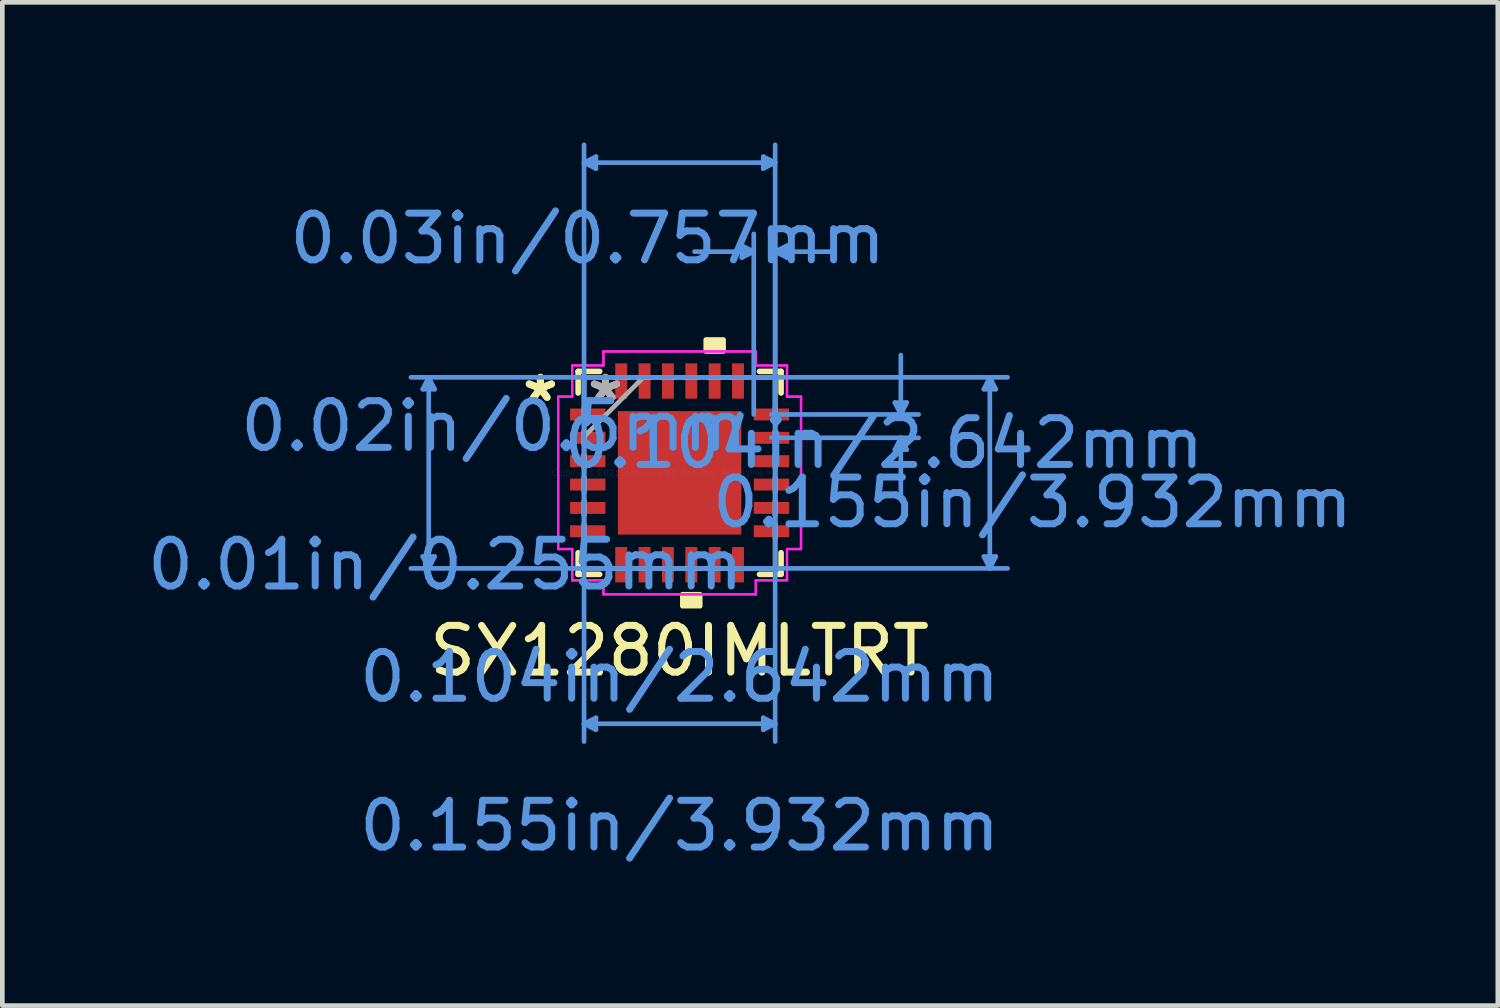
<source format=kicad_pcb>
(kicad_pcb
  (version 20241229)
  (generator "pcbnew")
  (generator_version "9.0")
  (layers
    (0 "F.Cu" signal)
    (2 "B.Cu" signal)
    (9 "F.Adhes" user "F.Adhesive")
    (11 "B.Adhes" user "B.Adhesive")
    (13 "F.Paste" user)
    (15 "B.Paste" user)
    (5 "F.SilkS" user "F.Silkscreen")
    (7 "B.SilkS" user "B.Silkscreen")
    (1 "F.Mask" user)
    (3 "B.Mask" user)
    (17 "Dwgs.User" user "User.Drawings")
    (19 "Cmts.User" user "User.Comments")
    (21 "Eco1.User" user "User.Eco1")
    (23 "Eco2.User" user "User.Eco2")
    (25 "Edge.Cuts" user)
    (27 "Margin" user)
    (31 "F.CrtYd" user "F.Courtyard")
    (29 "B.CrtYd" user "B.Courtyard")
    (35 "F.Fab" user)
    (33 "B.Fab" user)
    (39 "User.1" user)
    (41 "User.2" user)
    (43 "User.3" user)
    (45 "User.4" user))
  (footprint "SX1280IMLTRT"
    (layer "F.Cu")
    (at 11.496 7.071)
    (property "Reference" "SX1280IMLTRT" (at 0 3.81 0) (layer "F.SilkS") (effects (font (size 1 1) (thickness 0.15))))
    (attr through_hole)
    (fp_line (start -2.172 -2.172) (end -2.172 -1.71) (stroke (width 0.12) (type solid)) (layer "F.SilkS"))
    (fp_line (start -2.172 1.71) (end -2.172 2.172) (stroke (width 0.12) (type solid)) (layer "F.SilkS"))
    (fp_line (start -2.172 2.172) (end -1.71 2.172) (stroke (width 0.12) (type solid)) (layer "F.SilkS"))
    (fp_line (start -1.71 -2.172) (end -2.172 -2.172) (stroke (width 0.12) (type solid)) (layer "F.SilkS"))
    (fp_line (start 1.71 2.172) (end 2.172 2.172) (stroke (width 0.12) (type solid)) (layer "F.SilkS"))
    (fp_line (start 2.172 -2.172) (end 1.71 -2.172) (stroke (width 0.12) (type solid)) (layer "F.SilkS"))
    (fp_line (start 2.172 -1.71) (end 2.172 -2.172) (stroke (width 0.12) (type solid)) (layer "F.SilkS"))
    (fp_line (start 2.172 2.172) (end 2.172 1.71) (stroke (width 0.12) (type solid)) (layer "F.SilkS"))
    (fp_poly (pts (xy 0.059 2.599) (xy 0.059 2.853) (xy 0.441 2.853) (xy 0.441 2.599)) (stroke (width 0.1) (type solid)) (fill yes) (layer "F.SilkS"))
    (fp_poly (pts (xy 0.56 -2.599) (xy 0.56 -2.853) (xy 0.941 -2.853) (xy 0.941 -2.599)) (stroke (width 0.1) (type solid)) (fill yes) (layer "F.SilkS"))
    (fp_poly (pts (xy -1.221 -1.221) (xy -1.221 -0.1) (xy -0.1 -0.1) (xy -0.1 -1.221)) (stroke (width 0.1) (type solid)) (fill yes) (layer "F.Paste"))
    (fp_poly (pts (xy -1.221 0.1) (xy -1.221 1.221) (xy -0.1 1.221) (xy -0.1 0.1)) (stroke (width 0.1) (type solid)) (fill yes) (layer "F.Paste"))
    (fp_poly (pts (xy 0.1 -1.221) (xy 0.1 -0.1) (xy 1.221 -0.1) (xy 1.221 -1.221)) (stroke (width 0.1) (type solid)) (fill yes) (layer "F.Paste"))
    (fp_poly (pts (xy 0.1 0.1) (xy 0.1 1.221) (xy 1.221 1.221) (xy 1.221 0.1)) (stroke (width 0.1) (type solid)) (fill yes) (layer "F.Paste"))
    (fp_line (start -5.497 -1.791) (end -5.243 -1.791) (stroke (width 0.1) (type solid)) (layer "Cmts.User"))
    (fp_line (start -5.497 1.791) (end -5.243 1.791) (stroke (width 0.1) (type solid)) (layer "Cmts.User"))
    (fp_line (start -5.37 -2.045) (end -5.497 -1.791) (stroke (width 0.1) (type solid)) (layer "Cmts.User"))
    (fp_line (start -5.37 -2.045) (end -5.37 2.045) (stroke (width 0.1) (type solid)) (layer "Cmts.User"))
    (fp_line (start -5.37 -2.045) (end -5.243 -1.791) (stroke (width 0.1) (type solid)) (layer "Cmts.User"))
    (fp_line (start -5.37 2.045) (end -5.497 1.791) (stroke (width 0.1) (type solid)) (layer "Cmts.User"))
    (fp_line (start -5.37 2.045) (end -5.243 1.791) (stroke (width 0.1) (type solid)) (layer "Cmts.User"))
    (fp_line (start -2.045 -6.64) (end -1.791 -6.767) (stroke (width 0.1) (type solid)) (layer "Cmts.User"))
    (fp_line (start -2.045 -6.64) (end -1.791 -6.513) (stroke (width 0.1) (type solid)) (layer "Cmts.User"))
    (fp_line (start -2.045 -6.64) (end 2.045 -6.64) (stroke (width 0.1) (type solid)) (layer "Cmts.User"))
    (fp_line (start -2.045 -2.045) (end -2.045 5.751) (stroke (width 0.1) (type solid)) (layer "Cmts.User"))
    (fp_line (start -2.045 -1.25) (end -2.045 -7.021) (stroke (width 0.1) (type solid)) (layer "Cmts.User"))
    (fp_line (start -2.045 5.37) (end -1.791 5.243) (stroke (width 0.1) (type solid)) (layer "Cmts.User"))
    (fp_line (start -2.045 5.37) (end -1.791 5.497) (stroke (width 0.1) (type solid)) (layer "Cmts.User"))
    (fp_line (start -2.045 5.37) (end 2.045 5.37) (stroke (width 0.1) (type solid)) (layer "Cmts.User"))
    (fp_line (start -1.791 -6.767) (end -1.791 -6.513) (stroke (width 0.1) (type solid)) (layer "Cmts.User"))
    (fp_line (start -1.791 5.243) (end -1.791 5.497) (stroke (width 0.1) (type solid)) (layer "Cmts.User"))
    (fp_line (start 1.25 -2.045) (end 7.021 -2.045) (stroke (width 0.1) (type solid)) (layer "Cmts.User"))
    (fp_line (start 1.25 2.045) (end 7.021 2.045) (stroke (width 0.1) (type solid)) (layer "Cmts.User"))
    (fp_line (start 1.333 -4.862) (end 1.333 -4.608) (stroke (width 0.1) (type solid)) (layer "Cmts.User"))
    (fp_line (start 1.587 -4.735) (end 0.318 -4.735) (stroke (width 0.1) (type solid)) (layer "Cmts.User"))
    (fp_line (start 1.587 -4.735) (end 1.333 -4.862) (stroke (width 0.1) (type solid)) (layer "Cmts.User"))
    (fp_line (start 1.587 -4.735) (end 1.333 -4.608) (stroke (width 0.1) (type solid)) (layer "Cmts.User"))
    (fp_line (start 1.587 -1.25) (end 1.587 -5.116) (stroke (width 0.1) (type solid)) (layer "Cmts.User"))
    (fp_line (start 1.791 -6.767) (end 1.791 -6.513) (stroke (width 0.1) (type solid)) (layer "Cmts.User"))
    (fp_line (start 1.791 5.243) (end 1.791 5.497) (stroke (width 0.1) (type solid)) (layer "Cmts.User"))
    (fp_line (start 1.966 -1.25) (end 5.116 -1.25) (stroke (width 0.1) (type solid)) (layer "Cmts.User"))
    (fp_line (start 1.966 -0.75) (end 5.116 -0.75) (stroke (width 0.1) (type solid)) (layer "Cmts.User"))
    (fp_line (start 2.045 -6.64) (end 1.791 -6.767) (stroke (width 0.1) (type solid)) (layer "Cmts.User"))
    (fp_line (start 2.045 -6.64) (end 1.791 -6.513) (stroke (width 0.1) (type solid)) (layer "Cmts.User"))
    (fp_line (start 2.045 -4.735) (end 2.299 -4.862) (stroke (width 0.1) (type solid)) (layer "Cmts.User"))
    (fp_line (start 2.045 -4.735) (end 2.299 -4.608) (stroke (width 0.1) (type solid)) (layer "Cmts.User"))
    (fp_line (start 2.045 -4.735) (end 3.315 -4.735) (stroke (width 0.1) (type solid)) (layer "Cmts.User"))
    (fp_line (start 2.045 -2.045) (end -5.751 -2.045) (stroke (width 0.1) (type solid)) (layer "Cmts.User"))
    (fp_line (start 2.045 -2.045) (end 2.045 5.751) (stroke (width 0.1) (type solid)) (layer "Cmts.User"))
    (fp_line (start 2.045 -1.25) (end 2.045 -7.021) (stroke (width 0.1) (type solid)) (layer "Cmts.User"))
    (fp_line (start 2.045 -1.25) (end 2.045 -5.116) (stroke (width 0.1) (type solid)) (layer "Cmts.User"))
    (fp_line (start 2.045 2.045) (end -5.751 2.045) (stroke (width 0.1) (type solid)) (layer "Cmts.User"))
    (fp_line (start 2.045 5.37) (end 1.791 5.243) (stroke (width 0.1) (type solid)) (layer "Cmts.User"))
    (fp_line (start 2.045 5.37) (end 1.791 5.497) (stroke (width 0.1) (type solid)) (layer "Cmts.User"))
    (fp_line (start 2.299 -4.862) (end 2.299 -4.608) (stroke (width 0.1) (type solid)) (layer "Cmts.User"))
    (fp_line (start 4.608 -1.504) (end 4.862 -1.504) (stroke (width 0.1) (type solid)) (layer "Cmts.User"))
    (fp_line (start 4.608 -0.496) (end 4.862 -0.496) (stroke (width 0.1) (type solid)) (layer "Cmts.User"))
    (fp_line (start 4.735 -1.25) (end 4.608 -1.504) (stroke (width 0.1) (type solid)) (layer "Cmts.User"))
    (fp_line (start 4.735 -1.25) (end 4.735 -2.52) (stroke (width 0.1) (type solid)) (layer "Cmts.User"))
    (fp_line (start 4.735 -1.25) (end 4.862 -1.504) (stroke (width 0.1) (type solid)) (layer "Cmts.User"))
    (fp_line (start 4.735 -0.75) (end 4.608 -0.496) (stroke (width 0.1) (type solid)) (layer "Cmts.User"))
    (fp_line (start 4.735 -0.75) (end 4.735 0.52) (stroke (width 0.1) (type solid)) (layer "Cmts.User"))
    (fp_line (start 4.735 -0.75) (end 4.862 -0.496) (stroke (width 0.1) (type solid)) (layer "Cmts.User"))
    (fp_line (start 6.513 -1.791) (end 6.767 -1.791) (stroke (width 0.1) (type solid)) (layer "Cmts.User"))
    (fp_line (start 6.513 1.791) (end 6.767 1.791) (stroke (width 0.1) (type solid)) (layer "Cmts.User"))
    (fp_line (start 6.64 -2.045) (end 6.513 -1.791) (stroke (width 0.1) (type solid)) (layer "Cmts.User"))
    (fp_line (start 6.64 -2.045) (end 6.64 2.045) (stroke (width 0.1) (type solid)) (layer "Cmts.User"))
    (fp_line (start 6.64 -2.045) (end 6.767 -1.791) (stroke (width 0.1) (type solid)) (layer "Cmts.User"))
    (fp_line (start 6.64 2.045) (end 6.513 1.791) (stroke (width 0.1) (type solid)) (layer "Cmts.User"))
    (fp_line (start 6.64 2.045) (end 6.767 1.791) (stroke (width 0.1) (type solid)) (layer "Cmts.User"))
    (fp_line (start -2.599 -1.631) (end -2.299 -1.631) (stroke (width 0.05) (type solid)) (layer "F.CrtYd"))
    (fp_line (start -2.599 -1.631) (end -2.299 -1.631) (stroke (width 0.05) (type solid)) (layer "F.CrtYd"))
    (fp_line (start -2.599 1.631) (end -2.599 -1.631) (stroke (width 0.05) (type solid)) (layer "F.CrtYd"))
    (fp_line (start -2.599 1.631) (end -2.599 -1.631) (stroke (width 0.05) (type solid)) (layer "F.CrtYd"))
    (fp_line (start -2.299 -2.299) (end -1.631 -2.299) (stroke (width 0.05) (type solid)) (layer "F.CrtYd"))
    (fp_line (start -2.299 -2.299) (end -1.631 -2.299) (stroke (width 0.05) (type solid)) (layer "F.CrtYd"))
    (fp_line (start -2.299 -1.631) (end -2.299 -2.299) (stroke (width 0.05) (type solid)) (layer "F.CrtYd"))
    (fp_line (start -2.299 -1.631) (end -2.299 -2.299) (stroke (width 0.05) (type solid)) (layer "F.CrtYd"))
    (fp_line (start -2.299 1.631) (end -2.599 1.631) (stroke (width 0.05) (type solid)) (layer "F.CrtYd"))
    (fp_line (start -2.299 1.631) (end -2.599 1.631) (stroke (width 0.05) (type solid)) (layer "F.CrtYd"))
    (fp_line (start -2.299 2.299) (end -2.299 1.631) (stroke (width 0.05) (type solid)) (layer "F.CrtYd"))
    (fp_line (start -2.299 2.299) (end -2.299 1.631) (stroke (width 0.05) (type solid)) (layer "F.CrtYd"))
    (fp_line (start -1.631 -2.599) (end 1.631 -2.599) (stroke (width 0.05) (type solid)) (layer "F.CrtYd"))
    (fp_line (start -1.631 -2.599) (end 1.631 -2.599) (stroke (width 0.05) (type solid)) (layer "F.CrtYd"))
    (fp_line (start -1.631 -2.299) (end -1.631 -2.599) (stroke (width 0.05) (type solid)) (layer "F.CrtYd"))
    (fp_line (start -1.631 -2.299) (end -1.631 -2.599) (stroke (width 0.05) (type solid)) (layer "F.CrtYd"))
    (fp_line (start -1.631 2.299) (end -2.299 2.299) (stroke (width 0.05) (type solid)) (layer "F.CrtYd"))
    (fp_line (start -1.631 2.299) (end -2.299 2.299) (stroke (width 0.05) (type solid)) (layer "F.CrtYd"))
    (fp_line (start -1.631 2.599) (end -1.631 2.299) (stroke (width 0.05) (type solid)) (layer "F.CrtYd"))
    (fp_line (start -1.631 2.599) (end -1.631 2.299) (stroke (width 0.05) (type solid)) (layer "F.CrtYd"))
    (fp_line (start 1.631 -2.599) (end 1.631 -2.299) (stroke (width 0.05) (type solid)) (layer "F.CrtYd"))
    (fp_line (start 1.631 -2.599) (end 1.631 -2.299) (stroke (width 0.05) (type solid)) (layer "F.CrtYd"))
    (fp_line (start 1.631 -2.299) (end 2.299 -2.299) (stroke (width 0.05) (type solid)) (layer "F.CrtYd"))
    (fp_line (start 1.631 -2.299) (end 2.299 -2.299) (stroke (width 0.05) (type solid)) (layer "F.CrtYd"))
    (fp_line (start 1.631 2.299) (end 1.631 2.599) (stroke (width 0.05) (type solid)) (layer "F.CrtYd"))
    (fp_line (start 1.631 2.299) (end 1.631 2.599) (stroke (width 0.05) (type solid)) (layer "F.CrtYd"))
    (fp_line (start 1.631 2.599) (end -1.631 2.599) (stroke (width 0.05) (type solid)) (layer "F.CrtYd"))
    (fp_line (start 1.631 2.599) (end -1.631 2.599) (stroke (width 0.05) (type solid)) (layer "F.CrtYd"))
    (fp_line (start 2.299 -2.299) (end 2.299 -1.631) (stroke (width 0.05) (type solid)) (layer "F.CrtYd"))
    (fp_line (start 2.299 -2.299) (end 2.299 -1.631) (stroke (width 0.05) (type solid)) (layer "F.CrtYd"))
    (fp_line (start 2.299 -1.631) (end 2.599 -1.631) (stroke (width 0.05) (type solid)) (layer "F.CrtYd"))
    (fp_line (start 2.299 -1.631) (end 2.599 -1.631) (stroke (width 0.05) (type solid)) (layer "F.CrtYd"))
    (fp_line (start 2.299 1.631) (end 2.299 2.299) (stroke (width 0.05) (type solid)) (layer "F.CrtYd"))
    (fp_line (start 2.299 1.631) (end 2.299 2.299) (stroke (width 0.05) (type solid)) (layer "F.CrtYd"))
    (fp_line (start 2.299 2.299) (end 1.631 2.299) (stroke (width 0.05) (type solid)) (layer "F.CrtYd"))
    (fp_line (start 2.299 2.299) (end 1.631 2.299) (stroke (width 0.05) (type solid)) (layer "F.CrtYd"))
    (fp_line (start 2.599 -1.631) (end 2.599 1.631) (stroke (width 0.05) (type solid)) (layer "F.CrtYd"))
    (fp_line (start 2.599 -1.631) (end 2.599 1.631) (stroke (width 0.05) (type solid)) (layer "F.CrtYd"))
    (fp_line (start 2.599 1.631) (end 2.299 1.631) (stroke (width 0.05) (type solid)) (layer "F.CrtYd"))
    (fp_line (start 2.599 1.631) (end 2.299 1.631) (stroke (width 0.05) (type solid)) (layer "F.CrtYd"))
    (fp_line (start -2.045 -2.045) (end -2.045 -2.045) (stroke (width 0.1) (type solid)) (layer "F.Fab"))
    (fp_line (start -2.045 -2.045) (end -2.045 2.045) (stroke (width 0.1) (type solid)) (layer "F.Fab"))
    (fp_line (start -2.045 -1.402) (end -2.045 -1.402) (stroke (width 0.1) (type solid)) (layer "F.Fab"))
    (fp_line (start -2.045 -1.402) (end -2.045 -1.098) (stroke (width 0.1) (type solid)) (layer "F.Fab"))
    (fp_line (start -2.045 -1.098) (end -2.045 -1.402) (stroke (width 0.1) (type solid)) (layer "F.Fab"))
    (fp_line (start -2.045 -1.098) (end -2.045 -1.098) (stroke (width 0.1) (type solid)) (layer "F.Fab"))
    (fp_line (start -2.045 -0.902) (end -2.045 -0.902) (stroke (width 0.1) (type solid)) (layer "F.Fab"))
    (fp_line (start -2.045 -0.902) (end -2.045 -0.598) (stroke (width 0.1) (type solid)) (layer "F.Fab"))
    (fp_line (start -2.045 -0.775) (end -0.775 -2.045) (stroke (width 0.1) (type solid)) (layer "F.Fab"))
    (fp_line (start -2.045 -0.598) (end -2.045 -0.902) (stroke (width 0.1) (type solid)) (layer "F.Fab"))
    (fp_line (start -2.045 -0.598) (end -2.045 -0.598) (stroke (width 0.1) (type solid)) (layer "F.Fab"))
    (fp_line (start -2.045 -0.402) (end -2.045 -0.402) (stroke (width 0.1) (type solid)) (layer "F.Fab"))
    (fp_line (start -2.045 -0.402) (end -2.045 -0.098) (stroke (width 0.1) (type solid)) (layer "F.Fab"))
    (fp_line (start -2.045 -0.098) (end -2.045 -0.402) (stroke (width 0.1) (type solid)) (layer "F.Fab"))
    (fp_line (start -2.045 -0.098) (end -2.045 -0.098) (stroke (width 0.1) (type solid)) (layer "F.Fab"))
    (fp_line (start -2.045 0.098) (end -2.045 0.098) (stroke (width 0.1) (type solid)) (layer "F.Fab"))
    (fp_line (start -2.045 0.098) (end -2.045 0.402) (stroke (width 0.1) (type solid)) (layer "F.Fab"))
    (fp_line (start -2.045 0.402) (end -2.045 0.098) (stroke (width 0.1) (type solid)) (layer "F.Fab"))
    (fp_line (start -2.045 0.402) (end -2.045 0.402) (stroke (width 0.1) (type solid)) (layer "F.Fab"))
    (fp_line (start -2.045 0.598) (end -2.045 0.598) (stroke (width 0.1) (type solid)) (layer "F.Fab"))
    (fp_line (start -2.045 0.598) (end -2.045 0.902) (stroke (width 0.1) (type solid)) (layer "F.Fab"))
    (fp_line (start -2.045 0.902) (end -2.045 0.598) (stroke (width 0.1) (type solid)) (layer "F.Fab"))
    (fp_line (start -2.045 0.902) (end -2.045 0.902) (stroke (width 0.1) (type solid)) (layer "F.Fab"))
    (fp_line (start -2.045 1.098) (end -2.045 1.098) (stroke (width 0.1) (type solid)) (layer "F.Fab"))
    (fp_line (start -2.045 1.098) (end -2.045 1.402) (stroke (width 0.1) (type solid)) (layer "F.Fab"))
    (fp_line (start -2.045 1.402) (end -2.045 1.098) (stroke (width 0.1) (type solid)) (layer "F.Fab"))
    (fp_line (start -2.045 1.402) (end -2.045 1.402) (stroke (width 0.1) (type solid)) (layer "F.Fab"))
    (fp_line (start -2.045 2.045) (end -2.045 2.045) (stroke (width 0.1) (type solid)) (layer "F.Fab"))
    (fp_line (start -2.045 2.045) (end 2.045 2.045) (stroke (width 0.1) (type solid)) (layer "F.Fab"))
    (fp_line (start -1.402 -2.045) (end -1.402 -2.045) (stroke (width 0.1) (type solid)) (layer "F.Fab"))
    (fp_line (start -1.402 -2.045) (end -1.098 -2.045) (stroke (width 0.1) (type solid)) (layer "F.Fab"))
    (fp_line (start -1.402 2.045) (end -1.402 2.045) (stroke (width 0.1) (type solid)) (layer "F.Fab"))
    (fp_line (start -1.402 2.045) (end -1.098 2.045) (stroke (width 0.1) (type solid)) (layer "F.Fab"))
    (fp_line (start -1.098 -2.045) (end -1.402 -2.045) (stroke (width 0.1) (type solid)) (layer "F.Fab"))
    (fp_line (start -1.098 -2.045) (end -1.098 -2.045) (stroke (width 0.1) (type solid)) (layer "F.Fab"))
    (fp_line (start -1.098 2.045) (end -1.402 2.045) (stroke (width 0.1) (type solid)) (layer "F.Fab"))
    (fp_line (start -1.098 2.045) (end -1.098 2.045) (stroke (width 0.1) (type solid)) (layer "F.Fab"))
    (fp_line (start -0.902 -2.045) (end -0.902 -2.045) (stroke (width 0.1) (type solid)) (layer "F.Fab"))
    (fp_line (start -0.902 -2.045) (end -0.598 -2.045) (stroke (width 0.1) (type solid)) (layer "F.Fab"))
    (fp_line (start -0.902 2.045) (end -0.902 2.045) (stroke (width 0.1) (type solid)) (layer "F.Fab"))
    (fp_line (start -0.902 2.045) (end -0.598 2.045) (stroke (width 0.1) (type solid)) (layer "F.Fab"))
    (fp_line (start -0.598 -2.045) (end -0.902 -2.045) (stroke (width 0.1) (type solid)) (layer "F.Fab"))
    (fp_line (start -0.598 -2.045) (end -0.598 -2.045) (stroke (width 0.1) (type solid)) (layer "F.Fab"))
    (fp_line (start -0.598 2.045) (end -0.902 2.045) (stroke (width 0.1) (type solid)) (layer "F.Fab"))
    (fp_line (start -0.598 2.045) (end -0.598 2.045) (stroke (width 0.1) (type solid)) (layer "F.Fab"))
    (fp_line (start -0.402 -2.045) (end -0.402 -2.045) (stroke (width 0.1) (type solid)) (layer "F.Fab"))
    (fp_line (start -0.402 -2.045) (end -0.098 -2.045) (stroke (width 0.1) (type solid)) (layer "F.Fab"))
    (fp_line (start -0.402 2.045) (end -0.402 2.045) (stroke (width 0.1) (type solid)) (layer "F.Fab"))
    (fp_line (start -0.402 2.045) (end -0.098 2.045) (stroke (width 0.1) (type solid)) (layer "F.Fab"))
    (fp_line (start -0.098 -2.045) (end -0.402 -2.045) (stroke (width 0.1) (type solid)) (layer "F.Fab"))
    (fp_line (start -0.098 -2.045) (end -0.098 -2.045) (stroke (width 0.1) (type solid)) (layer "F.Fab"))
    (fp_line (start -0.098 2.045) (end -0.402 2.045) (stroke (width 0.1) (type solid)) (layer "F.Fab"))
    (fp_line (start -0.098 2.045) (end -0.098 2.045) (stroke (width 0.1) (type solid)) (layer "F.Fab"))
    (fp_line (start 0.098 -2.045) (end 0.098 -2.045) (stroke (width 0.1) (type solid)) (layer "F.Fab"))
    (fp_line (start 0.098 -2.045) (end 0.402 -2.045) (stroke (width 0.1) (type solid)) (layer "F.Fab"))
    (fp_line (start 0.098 2.045) (end 0.098 2.045) (stroke (width 0.1) (type solid)) (layer "F.Fab"))
    (fp_line (start 0.098 2.045) (end 0.402 2.045) (stroke (width 0.1) (type solid)) (layer "F.Fab"))
    (fp_line (start 0.402 -2.045) (end 0.098 -2.045) (stroke (width 0.1) (type solid)) (layer "F.Fab"))
    (fp_line (start 0.402 -2.045) (end 0.402 -2.045) (stroke (width 0.1) (type solid)) (layer "F.Fab"))
    (fp_line (start 0.402 2.045) (end 0.098 2.045) (stroke (width 0.1) (type solid)) (layer "F.Fab"))
    (fp_line (start 0.402 2.045) (end 0.402 2.045) (stroke (width 0.1) (type solid)) (layer "F.Fab"))
    (fp_line (start 0.598 -2.045) (end 0.598 -2.045) (stroke (width 0.1) (type solid)) (layer "F.Fab"))
    (fp_line (start 0.598 -2.045) (end 0.902 -2.045) (stroke (width 0.1) (type solid)) (layer "F.Fab"))
    (fp_line (start 0.598 2.045) (end 0.598 2.045) (stroke (width 0.1) (type solid)) (layer "F.Fab"))
    (fp_line (start 0.598 2.045) (end 0.902 2.045) (stroke (width 0.1) (type solid)) (layer "F.Fab"))
    (fp_line (start 0.902 -2.045) (end 0.598 -2.045) (stroke (width 0.1) (type solid)) (layer "F.Fab"))
    (fp_line (start 0.902 -2.045) (end 0.902 -2.045) (stroke (width 0.1) (type solid)) (layer "F.Fab"))
    (fp_line (start 0.902 2.045) (end 0.598 2.045) (stroke (width 0.1) (type solid)) (layer "F.Fab"))
    (fp_line (start 0.902 2.045) (end 0.902 2.045) (stroke (width 0.1) (type solid)) (layer "F.Fab"))
    (fp_line (start 1.098 -2.045) (end 1.098 -2.045) (stroke (width 0.1) (type solid)) (layer "F.Fab"))
    (fp_line (start 1.098 -2.045) (end 1.402 -2.045) (stroke (width 0.1) (type solid)) (layer "F.Fab"))
    (fp_line (start 1.098 2.045) (end 1.098 2.045) (stroke (width 0.1) (type solid)) (layer "F.Fab"))
    (fp_line (start 1.098 2.045) (end 1.402 2.045) (stroke (width 0.1) (type solid)) (layer "F.Fab"))
    (fp_line (start 1.402 -2.045) (end 1.098 -2.045) (stroke (width 0.1) (type solid)) (layer "F.Fab"))
    (fp_line (start 1.402 -2.045) (end 1.402 -2.045) (stroke (width 0.1) (type solid)) (layer "F.Fab"))
    (fp_line (start 1.402 2.045) (end 1.098 2.045) (stroke (width 0.1) (type solid)) (layer "F.Fab"))
    (fp_line (start 1.402 2.045) (end 1.402 2.045) (stroke (width 0.1) (type solid)) (layer "F.Fab"))
    (fp_line (start 2.045 -2.045) (end -2.045 -2.045) (stroke (width 0.1) (type solid)) (layer "F.Fab"))
    (fp_line (start 2.045 -2.045) (end 2.045 -2.045) (stroke (width 0.1) (type solid)) (layer "F.Fab"))
    (fp_line (start 2.045 -1.402) (end 2.045 -1.402) (stroke (width 0.1) (type solid)) (layer "F.Fab"))
    (fp_line (start 2.045 -1.402) (end 2.045 -1.098) (stroke (width 0.1) (type solid)) (layer "F.Fab"))
    (fp_line (start 2.045 -1.098) (end 2.045 -1.402) (stroke (width 0.1) (type solid)) (layer "F.Fab"))
    (fp_line (start 2.045 -1.098) (end 2.045 -1.098) (stroke (width 0.1) (type solid)) (layer "F.Fab"))
    (fp_line (start 2.045 -0.902) (end 2.045 -0.902) (stroke (width 0.1) (type solid)) (layer "F.Fab"))
    (fp_line (start 2.045 -0.902) (end 2.045 -0.598) (stroke (width 0.1) (type solid)) (layer "F.Fab"))
    (fp_line (start 2.045 -0.598) (end 2.045 -0.902) (stroke (width 0.1) (type solid)) (layer "F.Fab"))
    (fp_line (start 2.045 -0.598) (end 2.045 -0.598) (stroke (width 0.1) (type solid)) (layer "F.Fab"))
    (fp_line (start 2.045 -0.402) (end 2.045 -0.402) (stroke (width 0.1) (type solid)) (layer "F.Fab"))
    (fp_line (start 2.045 -0.402) (end 2.045 -0.098) (stroke (width 0.1) (type solid)) (layer "F.Fab"))
    (fp_line (start 2.045 -0.098) (end 2.045 -0.402) (stroke (width 0.1) (type solid)) (layer "F.Fab"))
    (fp_line (start 2.045 -0.098) (end 2.045 -0.098) (stroke (width 0.1) (type solid)) (layer "F.Fab"))
    (fp_line (start 2.045 0.098) (end 2.045 0.098) (stroke (width 0.1) (type solid)) (layer "F.Fab"))
    (fp_line (start 2.045 0.098) (end 2.045 0.402) (stroke (width 0.1) (type solid)) (layer "F.Fab"))
    (fp_line (start 2.045 0.402) (end 2.045 0.098) (stroke (width 0.1) (type solid)) (layer "F.Fab"))
    (fp_line (start 2.045 0.402) (end 2.045 0.402) (stroke (width 0.1) (type solid)) (layer "F.Fab"))
    (fp_line (start 2.045 0.598) (end 2.045 0.598) (stroke (width 0.1) (type solid)) (layer "F.Fab"))
    (fp_line (start 2.045 0.598) (end 2.045 0.902) (stroke (width 0.1) (type solid)) (layer "F.Fab"))
    (fp_line (start 2.045 0.902) (end 2.045 0.598) (stroke (width 0.1) (type solid)) (layer "F.Fab"))
    (fp_line (start 2.045 0.902) (end 2.045 0.902) (stroke (width 0.1) (type solid)) (layer "F.Fab"))
    (fp_line (start 2.045 1.098) (end 2.045 1.098) (stroke (width 0.1) (type solid)) (layer "F.Fab"))
    (fp_line (start 2.045 1.098) (end 2.045 1.402) (stroke (width 0.1) (type solid)) (layer "F.Fab"))
    (fp_line (start 2.045 1.402) (end 2.045 1.098) (stroke (width 0.1) (type solid)) (layer "F.Fab"))
    (fp_line (start 2.045 1.402) (end 2.045 1.402) (stroke (width 0.1) (type solid)) (layer "F.Fab"))
    (fp_line (start 2.045 2.045) (end 2.045 -2.045) (stroke (width 0.1) (type solid)) (layer "F.Fab"))
    (fp_line (start 2.045 2.045) (end 2.045 2.045) (stroke (width 0.1) (type solid)) (layer "F.Fab"))
    (fp_text user "*" (at -2.98 -1.5 0) (layer "F.SilkS") (effects (font (size 1 1) (thickness 0.15))))
    (fp_text user "*" (at -2.98 -1.5 0) (layer "F.SilkS") (effects (font (size 1 1) (thickness 0.15))))
    (fp_text user "0.03in/0.757mm" (at -1.966 -5.014 0) (layer "Cmts.User") (effects (font (size 1 1) (thickness 0.15))))
    (fp_text user "0.104in/2.642mm" (at 0 4.369 0) (layer "Cmts.User") (effects (font (size 1 1) (thickness 0.15))))
    (fp_text user "Copyright 2021 Accelerated Designs. All rights reserved." (at 0 0 0) (layer "Cmts.User") (effects (font (size 0.127 0.127) (thickness 0.002))))
    (fp_text user "0.104in/2.642mm" (at 4.369 -0.635 0) (layer "Cmts.User") (effects (font (size 1 1) (thickness 0.15))))
    (fp_text user "0.155in/3.932mm" (at 7.554 0.635 0) (layer "Cmts.User") (effects (font (size 1 1) (thickness 0.15))))
    (fp_text user "0.155in/3.932mm" (at 0 7.554 0) (layer "Cmts.User") (effects (font (size 1 1) (thickness 0.15))))
    (fp_text user "0.02in/0.5mm" (at -3.973 -1 0) (layer "Cmts.User") (effects (font (size 1 1) (thickness 0.15))))
    (fp_text user "0.01in/0.255mm" (at -5.014 1.966 0) (layer "Cmts.User") (effects (font (size 1 1) (thickness 0.15))))
    (fp_text user "*" (at -1.587 -1.5 0) (layer "F.Fab") (effects (font (size 1 1) (thickness 0.15))))
    (fp_text user "*" (at -1.587 -1.5 0) (layer "F.Fab") (effects (font (size 1 1) (thickness 0.15))))
    (pad "1" smd rect (at -1.966 -1.25 90) (size 0.255 0.757) (layers "F.Cu" "F.Mask" "F.Paste"))
    (pad "2" smd rect (at -1.966 -0.75 90) (size 0.255 0.757) (layers "F.Cu" "F.Mask" "F.Paste"))
    (pad "3" smd rect (at -1.966 -0.25 90) (size 0.255 0.757) (layers "F.Cu" "F.Mask" "F.Paste"))
    (pad "4" smd rect (at -1.966 0.25 90) (size 0.255 0.757) (layers "F.Cu" "F.Mask" "F.Paste"))
    (pad "5" smd rect (at -1.966 0.75 90) (size 0.255 0.757) (layers "F.Cu" "F.Mask" "F.Paste"))
    (pad "6" smd rect (at -1.966 1.25 90) (size 0.255 0.757) (layers "F.Cu" "F.Mask" "F.Paste"))
    (pad "7" smd rect (at -1.25 1.966) (size 0.255 0.757) (layers "F.Cu" "F.Mask" "F.Paste"))
    (pad "8" smd rect (at -0.75 1.966) (size 0.255 0.757) (layers "F.Cu" "F.Mask" "F.Paste"))
    (pad "9" smd rect (at -0.25 1.966) (size 0.255 0.757) (layers "F.Cu" "F.Mask" "F.Paste"))
    (pad "10" smd rect (at 0.25 1.966) (size 0.255 0.757) (layers "F.Cu" "F.Mask" "F.Paste"))
    (pad "11" smd rect (at 0.75 1.966) (size 0.255 0.757) (layers "F.Cu" "F.Mask" "F.Paste"))
    (pad "12" smd rect (at 1.25 1.966) (size 0.255 0.757) (layers "F.Cu" "F.Mask" "F.Paste"))
    (pad "13" smd rect (at 1.966 1.25 90) (size 0.255 0.757) (layers "F.Cu" "F.Mask" "F.Paste"))
    (pad "14" smd rect (at 1.966 0.75 90) (size 0.255 0.757) (layers "F.Cu" "F.Mask" "F.Paste"))
    (pad "15" smd rect (at 1.966 0.25 90) (size 0.255 0.757) (layers "F.Cu" "F.Mask" "F.Paste"))
    (pad "16" smd rect (at 1.966 -0.25 90) (size 0.255 0.757) (layers "F.Cu" "F.Mask" "F.Paste"))
    (pad "17" smd rect (at 1.966 -0.75 90) (size 0.255 0.757) (layers "F.Cu" "F.Mask" "F.Paste"))
    (pad "18" smd rect (at 1.966 -1.25 90) (size 0.255 0.757) (layers "F.Cu" "F.Mask" "F.Paste"))
    (pad "19" smd rect (at 1.25 -1.966) (size 0.255 0.757) (layers "F.Cu" "F.Mask" "F.Paste"))
    (pad "20" smd rect (at 0.75 -1.966) (size 0.255 0.757) (layers "F.Cu" "F.Mask" "F.Paste"))
    (pad "21" smd rect (at 0.25 -1.966) (size 0.255 0.757) (layers "F.Cu" "F.Mask" "F.Paste"))
    (pad "22" smd rect (at -0.25 -1.966) (size 0.255 0.757) (layers "F.Cu" "F.Mask" "F.Paste"))
    (pad "23" smd rect (at -0.75 -1.966) (size 0.255 0.757) (layers "F.Cu" "F.Mask" "F.Paste"))
    (pad "24" smd rect (at -1.25 -1.966) (size 0.255 0.757) (layers "F.Cu" "F.Mask" "F.Paste"))
    (pad "25" smd rect (at 0 0) (size 2.642 2.642) (layers "F.Cu" "F.Mask")))
  (gr_rect
    (start -3 -3)
    (end 29.009 18.473)
    (stroke (width 0.1) (type default))
    (fill no)
    (layer "Edge.Cuts")))
</source>
